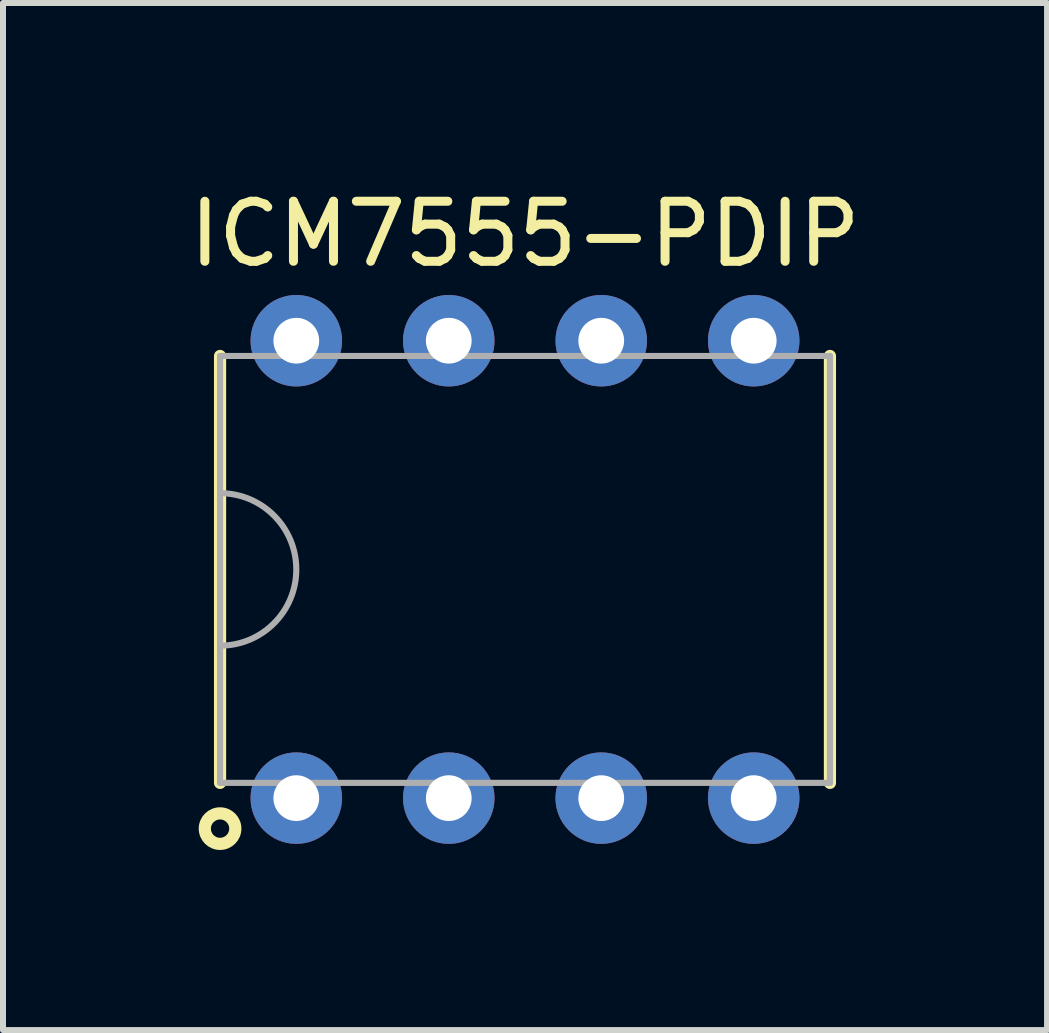
<source format=kicad_pcb>
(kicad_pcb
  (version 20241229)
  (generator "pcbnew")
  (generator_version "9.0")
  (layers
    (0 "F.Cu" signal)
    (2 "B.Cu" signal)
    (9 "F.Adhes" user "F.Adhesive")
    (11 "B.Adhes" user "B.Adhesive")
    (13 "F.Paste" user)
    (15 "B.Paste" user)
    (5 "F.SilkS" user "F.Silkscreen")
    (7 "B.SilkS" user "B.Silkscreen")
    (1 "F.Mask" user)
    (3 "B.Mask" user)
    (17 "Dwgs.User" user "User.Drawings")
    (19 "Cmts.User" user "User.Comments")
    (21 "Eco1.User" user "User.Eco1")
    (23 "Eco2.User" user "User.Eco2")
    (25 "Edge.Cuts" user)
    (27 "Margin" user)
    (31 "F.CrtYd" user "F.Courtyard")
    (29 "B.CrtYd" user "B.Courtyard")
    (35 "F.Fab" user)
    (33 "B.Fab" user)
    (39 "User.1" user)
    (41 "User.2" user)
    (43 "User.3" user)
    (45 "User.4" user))
  (footprint "ICM7555-PDIP"
    (layer "F.Cu")
    (at 5.696 6.436)
    (property "Reference" "ICM7555-PDIP" (at 0 -5.588 0) (layer "F.SilkS") (effects (font (size 1 1) (thickness 0.15))))
    (attr through_hole)
    (fp_line (start -5.08 -3.556) (end -5.08 3.556) (stroke (width 0.203) (type solid)) (layer "F.SilkS"))
    (fp_line (start 5.08 -3.556) (end 5.08 3.556) (stroke (width 0.203) (type solid)) (layer "F.SilkS"))
    (fp_circle (center -5.08 4.318) (end -4.826 4.318) (stroke (width 0.203) (type solid)) (fill no) (layer "F.SilkS"))
    (fp_line (start -5.08 3.556) (end -5.08 -3.556) (stroke (width 0.102) (type solid)) (layer "F.Fab"))
    (fp_line (start 5.08 -3.556) (end -5.08 -3.556) (stroke (width 0.102) (type solid)) (layer "F.Fab"))
    (fp_line (start 5.08 3.556) (end -5.08 3.556) (stroke (width 0.102) (type solid)) (layer "F.Fab"))
    (fp_line (start 5.08 3.556) (end 5.08 -3.556) (stroke (width 0.102) (type solid)) (layer "F.Fab"))
    (fp_arc (start -5.08 -1.27) (mid -3.81 0) (end -5.08 1.27) (stroke (width 0.1016) (type solid)) (layer "F.Fab"))
    (pad "1" thru_hole circle (at -3.81 3.81) (size 1.524 1.524) (drill 0.762) (layers "*.Cu" "*.Mask"))
    (pad "2" thru_hole circle (at -1.27 3.81) (size 1.524 1.524) (drill 0.762) (layers "*.Cu" "*.Mask"))
    (pad "3" thru_hole circle (at 1.27 3.81) (size 1.524 1.524) (drill 0.762) (layers "*.Cu" "*.Mask"))
    (pad "4" thru_hole circle (at 3.81 3.81) (size 1.524 1.524) (drill 0.762) (layers "*.Cu" "*.Mask"))
    (pad "5" thru_hole circle (at 3.81 -3.81) (size 1.524 1.524) (drill 0.762) (layers "*.Cu" "*.Mask"))
    (pad "6" thru_hole circle (at 1.27 -3.81) (size 1.524 1.524) (drill 0.762) (layers "*.Cu" "*.Mask"))
    (pad "7" thru_hole circle (at -1.27 -3.81) (size 1.524 1.524) (drill 0.762) (layers "*.Cu" "*.Mask"))
    (pad "8" thru_hole circle (at -3.81 -3.81) (size 1.524 1.524) (drill 0.762) (layers "*.Cu" "*.Mask")))
  (gr_rect
    (start -3 -3)
    (end 14.393 14.11)
    (stroke (width 0.1) (type default))
    (fill no)
    (layer "Edge.Cuts")))
</source>
